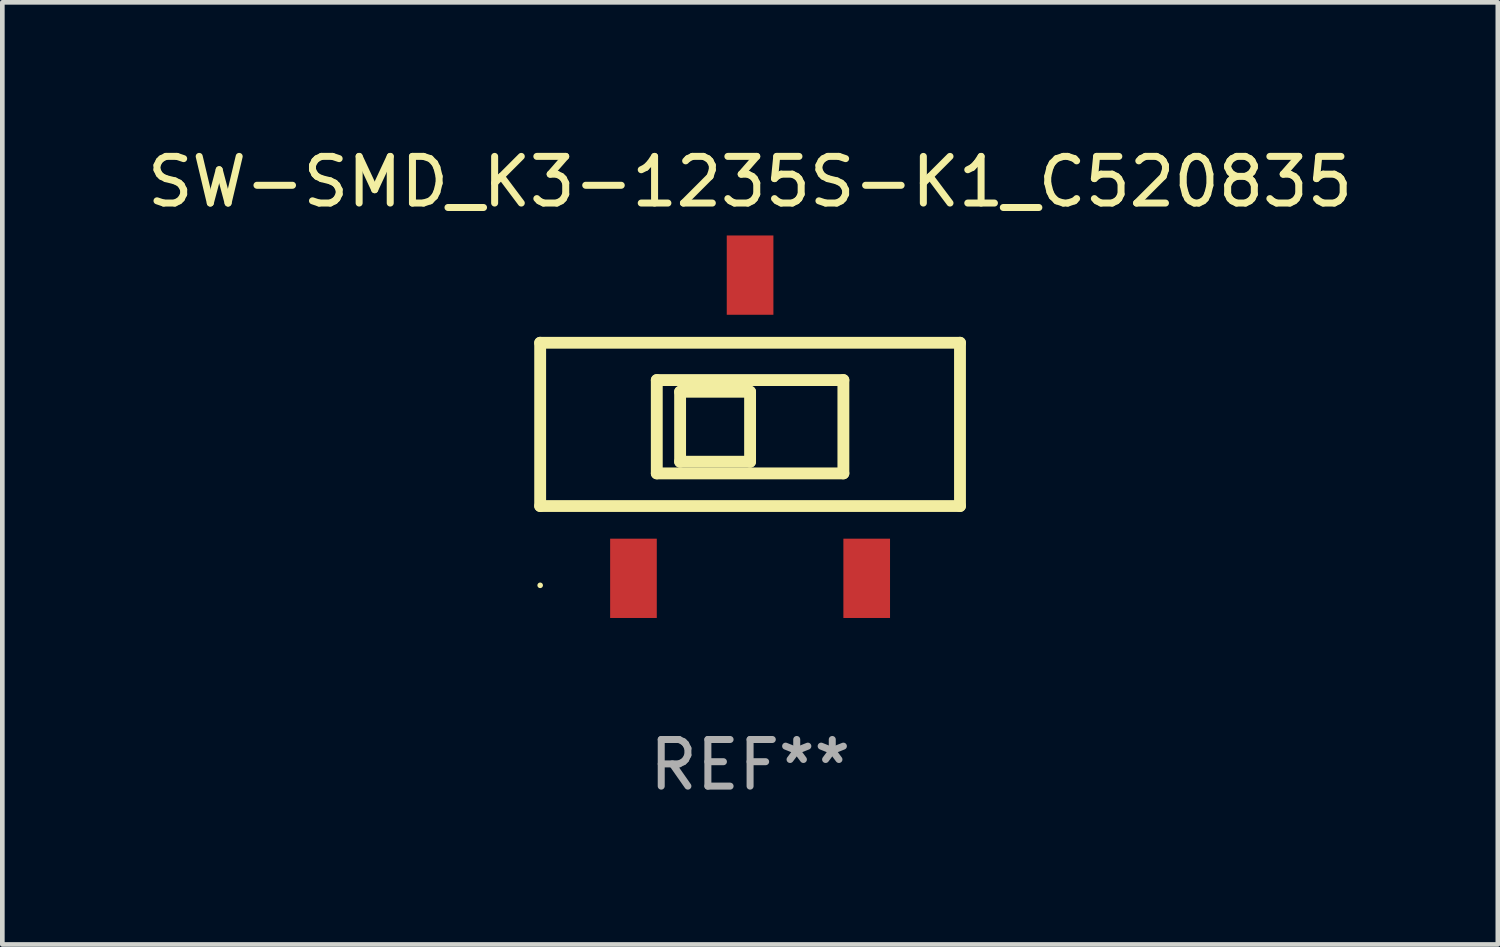
<source format=kicad_pcb>
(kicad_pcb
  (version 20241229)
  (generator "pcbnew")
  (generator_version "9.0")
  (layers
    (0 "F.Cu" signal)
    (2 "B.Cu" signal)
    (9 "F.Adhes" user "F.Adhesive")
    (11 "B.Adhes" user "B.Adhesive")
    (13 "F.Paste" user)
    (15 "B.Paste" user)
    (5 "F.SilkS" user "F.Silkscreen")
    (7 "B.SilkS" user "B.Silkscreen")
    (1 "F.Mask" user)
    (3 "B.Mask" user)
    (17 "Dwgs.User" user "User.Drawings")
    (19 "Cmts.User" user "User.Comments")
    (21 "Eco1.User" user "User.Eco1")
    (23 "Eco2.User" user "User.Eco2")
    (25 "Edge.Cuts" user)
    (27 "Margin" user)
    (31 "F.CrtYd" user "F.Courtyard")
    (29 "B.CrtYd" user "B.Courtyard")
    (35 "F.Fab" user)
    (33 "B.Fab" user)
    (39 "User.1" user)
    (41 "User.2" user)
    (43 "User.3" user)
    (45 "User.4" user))
  (footprint "SW-SMD_K3-1235S-K1_C520835"
    (layer "F.Cu")
    (at 13.03 6.098)
    (property "Reference" "SW-SMD_K3-1235S-K1_C520835" (at 0 -5.25 0) (layer "F.SilkS") (effects (font (size 1 1) (thickness 0.15))))
    (attr smd)
    (fp_line (start -4.5 -1.8) (end -4.5 1.7) (stroke (width 0.254) (type solid)) (layer "F.SilkS"))
    (fp_line (start -2 -1) (end 2 -1) (stroke (width 0.254) (type solid)) (layer "F.SilkS"))
    (fp_line (start -2 1) (end -2 -1) (stroke (width 0.254) (type solid)) (layer "F.SilkS"))
    (fp_line (start -1.5 -0.75) (end 0 -0.75) (stroke (width 0.254) (type solid)) (layer "F.SilkS"))
    (fp_line (start -1.5 0.75) (end -1.5 -0.75) (stroke (width 0.254) (type solid)) (layer "F.SilkS"))
    (fp_line (start 0 -0.75) (end 0 0.75) (stroke (width 0.254) (type solid)) (layer "F.SilkS"))
    (fp_line (start 0 0.75) (end -1.5 0.75) (stroke (width 0.254) (type solid)) (layer "F.SilkS"))
    (fp_line (start 2 -1) (end 2 1) (stroke (width 0.254) (type solid)) (layer "F.SilkS"))
    (fp_line (start 2 1) (end -2 1) (stroke (width 0.254) (type solid)) (layer "F.SilkS"))
    (fp_line (start 4.5 -1.8) (end -4.5 -1.8) (stroke (width 0.254) (type solid)) (layer "F.SilkS"))
    (fp_line (start 4.5 -1.8) (end 4.5 1.7) (stroke (width 0.254) (type solid)) (layer "F.SilkS"))
    (fp_line (start 4.5 1.7) (end -4.5 1.7) (stroke (width 0.254) (type solid)) (layer "F.SilkS"))
    (fp_circle (center -4.5 3.4) (end -4.47 3.4) (stroke (width 0.06) (type solid)) (fill no) (layer "F.SilkS"))
    (fp_text user "REF**" (at 0 7.25 0) (layer "F.Fab") (effects (font (size 1 1) (thickness 0.15))))
    (pad "1" smd rect (at -2.5 3.25) (size 1 1.7) (layers "F.Cu" "F.Mask" "F.Paste"))
    (pad "2" smd rect (at -0.000127 -3.25) (size 1 1.7) (layers "F.Cu" "F.Mask" "F.Paste"))
    (pad "3" smd rect (at 2.5 3.25) (size 1 1.7) (layers "F.Cu" "F.Mask" "F.Paste")))
  (gr_rect
    (start -3 -3)
    (end 29.06 17.197)
    (stroke (width 0.1) (type default))
    (fill no)
    (layer "Edge.Cuts")))
</source>
